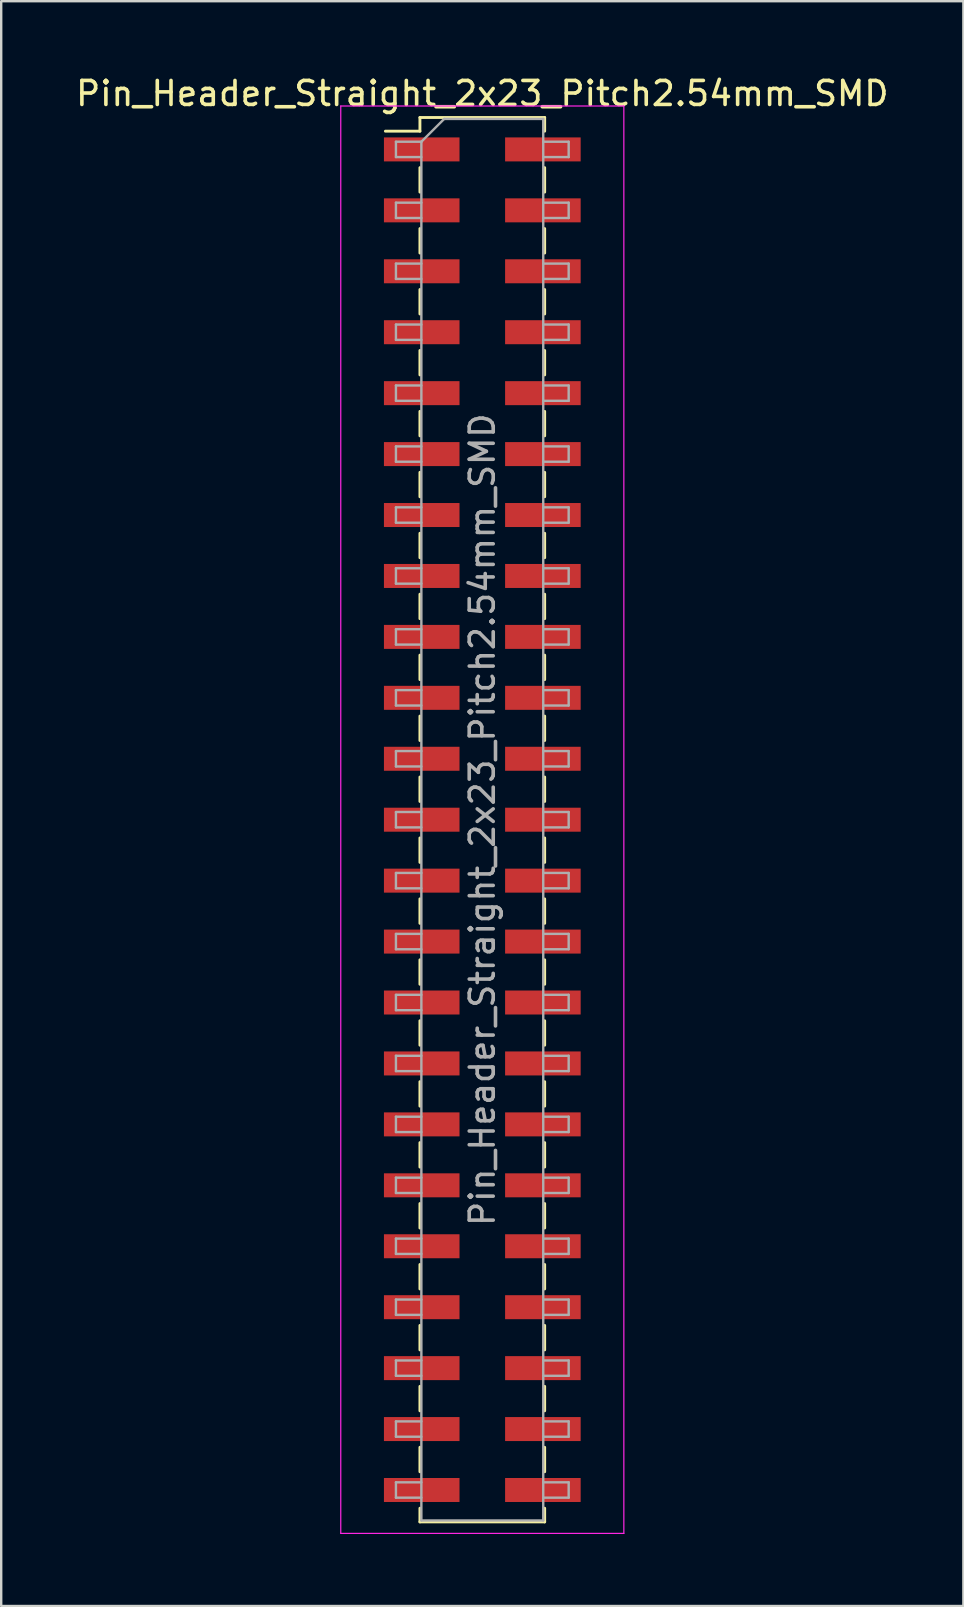
<source format=kicad_pcb>
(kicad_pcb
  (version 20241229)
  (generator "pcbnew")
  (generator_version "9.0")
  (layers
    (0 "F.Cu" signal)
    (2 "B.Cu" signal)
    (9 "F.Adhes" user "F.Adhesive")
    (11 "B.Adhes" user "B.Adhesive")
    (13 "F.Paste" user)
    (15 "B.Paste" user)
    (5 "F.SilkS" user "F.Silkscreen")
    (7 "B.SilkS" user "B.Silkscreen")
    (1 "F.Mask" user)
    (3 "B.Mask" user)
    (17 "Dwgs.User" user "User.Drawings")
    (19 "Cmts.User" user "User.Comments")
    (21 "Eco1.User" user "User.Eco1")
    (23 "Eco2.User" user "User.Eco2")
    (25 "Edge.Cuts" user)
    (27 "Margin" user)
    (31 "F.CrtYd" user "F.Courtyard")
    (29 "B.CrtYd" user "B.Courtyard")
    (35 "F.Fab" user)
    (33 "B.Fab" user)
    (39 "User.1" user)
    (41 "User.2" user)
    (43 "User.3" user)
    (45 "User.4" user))
  (footprint "Pin_Header_Straight_2x23_Pitch2.54mm_SMD"
    (layer "F.Cu")
    (at 17.054 31.118)
    (property "Reference" "Pin_Header_Straight_2x23_Pitch2.54mm_SMD" (at 0 -30.27 0) (layer "F.SilkS") (effects (font (size 1 1) (thickness 0.15))))
    (attr smd)
    (fp_line (start -4.04 -28.7) (end -2.6 -28.7) (stroke (width 0.12) (type solid)) (layer "F.SilkS"))
    (fp_line (start -2.6 -29.27) (end -2.6 -28.7) (stroke (width 0.12) (type solid)) (layer "F.SilkS"))
    (fp_line (start -2.6 -29.27) (end 2.6 -29.27) (stroke (width 0.12) (type solid)) (layer "F.SilkS"))
    (fp_line (start -2.6 -27.18) (end -2.6 -26.16) (stroke (width 0.12) (type solid)) (layer "F.SilkS"))
    (fp_line (start -2.6 -24.64) (end -2.6 -23.62) (stroke (width 0.12) (type solid)) (layer "F.SilkS"))
    (fp_line (start -2.6 -22.1) (end -2.6 -21.08) (stroke (width 0.12) (type solid)) (layer "F.SilkS"))
    (fp_line (start -2.6 -19.56) (end -2.6 -18.54) (stroke (width 0.12) (type solid)) (layer "F.SilkS"))
    (fp_line (start -2.6 -17.02) (end -2.6 -16) (stroke (width 0.12) (type solid)) (layer "F.SilkS"))
    (fp_line (start -2.6 -14.48) (end -2.6 -13.46) (stroke (width 0.12) (type solid)) (layer "F.SilkS"))
    (fp_line (start -2.6 -11.94) (end -2.6 -10.92) (stroke (width 0.12) (type solid)) (layer "F.SilkS"))
    (fp_line (start -2.6 -9.4) (end -2.6 -8.38) (stroke (width 0.12) (type solid)) (layer "F.SilkS"))
    (fp_line (start -2.6 -6.86) (end -2.6 -5.84) (stroke (width 0.12) (type solid)) (layer "F.SilkS"))
    (fp_line (start -2.6 -4.32) (end -2.6 -3.3) (stroke (width 0.12) (type solid)) (layer "F.SilkS"))
    (fp_line (start -2.6 -1.78) (end -2.6 -0.76) (stroke (width 0.12) (type solid)) (layer "F.SilkS"))
    (fp_line (start -2.6 0.76) (end -2.6 1.78) (stroke (width 0.12) (type solid)) (layer "F.SilkS"))
    (fp_line (start -2.6 3.3) (end -2.6 4.32) (stroke (width 0.12) (type solid)) (layer "F.SilkS"))
    (fp_line (start -2.6 5.84) (end -2.6 6.86) (stroke (width 0.12) (type solid)) (layer "F.SilkS"))
    (fp_line (start -2.6 8.38) (end -2.6 9.4) (stroke (width 0.12) (type solid)) (layer "F.SilkS"))
    (fp_line (start -2.6 10.92) (end -2.6 11.94) (stroke (width 0.12) (type solid)) (layer "F.SilkS"))
    (fp_line (start -2.6 13.46) (end -2.6 14.48) (stroke (width 0.12) (type solid)) (layer "F.SilkS"))
    (fp_line (start -2.6 16) (end -2.6 17.02) (stroke (width 0.12) (type solid)) (layer "F.SilkS"))
    (fp_line (start -2.6 18.54) (end -2.6 19.56) (stroke (width 0.12) (type solid)) (layer "F.SilkS"))
    (fp_line (start -2.6 21.08) (end -2.6 22.1) (stroke (width 0.12) (type solid)) (layer "F.SilkS"))
    (fp_line (start -2.6 23.62) (end -2.6 24.64) (stroke (width 0.12) (type solid)) (layer "F.SilkS"))
    (fp_line (start -2.6 26.16) (end -2.6 27.18) (stroke (width 0.12) (type solid)) (layer "F.SilkS"))
    (fp_line (start -2.6 28.7) (end -2.6 29.27) (stroke (width 0.12) (type solid)) (layer "F.SilkS"))
    (fp_line (start -2.6 29.27) (end 2.6 29.27) (stroke (width 0.12) (type solid)) (layer "F.SilkS"))
    (fp_line (start 2.6 -29.27) (end 2.6 -28.7) (stroke (width 0.12) (type solid)) (layer "F.SilkS"))
    (fp_line (start 2.6 -27.18) (end 2.6 -26.16) (stroke (width 0.12) (type solid)) (layer "F.SilkS"))
    (fp_line (start 2.6 -24.64) (end 2.6 -23.62) (stroke (width 0.12) (type solid)) (layer "F.SilkS"))
    (fp_line (start 2.6 -22.1) (end 2.6 -21.08) (stroke (width 0.12) (type solid)) (layer "F.SilkS"))
    (fp_line (start 2.6 -19.56) (end 2.6 -18.54) (stroke (width 0.12) (type solid)) (layer "F.SilkS"))
    (fp_line (start 2.6 -17.02) (end 2.6 -16) (stroke (width 0.12) (type solid)) (layer "F.SilkS"))
    (fp_line (start 2.6 -14.48) (end 2.6 -13.46) (stroke (width 0.12) (type solid)) (layer "F.SilkS"))
    (fp_line (start 2.6 -11.94) (end 2.6 -10.92) (stroke (width 0.12) (type solid)) (layer "F.SilkS"))
    (fp_line (start 2.6 -9.4) (end 2.6 -8.38) (stroke (width 0.12) (type solid)) (layer "F.SilkS"))
    (fp_line (start 2.6 -6.86) (end 2.6 -5.84) (stroke (width 0.12) (type solid)) (layer "F.SilkS"))
    (fp_line (start 2.6 -4.32) (end 2.6 -3.3) (stroke (width 0.12) (type solid)) (layer "F.SilkS"))
    (fp_line (start 2.6 -1.78) (end 2.6 -0.76) (stroke (width 0.12) (type solid)) (layer "F.SilkS"))
    (fp_line (start 2.6 0.76) (end 2.6 1.78) (stroke (width 0.12) (type solid)) (layer "F.SilkS"))
    (fp_line (start 2.6 3.3) (end 2.6 4.32) (stroke (width 0.12) (type solid)) (layer "F.SilkS"))
    (fp_line (start 2.6 5.84) (end 2.6 6.86) (stroke (width 0.12) (type solid)) (layer "F.SilkS"))
    (fp_line (start 2.6 8.38) (end 2.6 9.4) (stroke (width 0.12) (type solid)) (layer "F.SilkS"))
    (fp_line (start 2.6 10.92) (end 2.6 11.94) (stroke (width 0.12) (type solid)) (layer "F.SilkS"))
    (fp_line (start 2.6 13.46) (end 2.6 14.48) (stroke (width 0.12) (type solid)) (layer "F.SilkS"))
    (fp_line (start 2.6 16) (end 2.6 17.02) (stroke (width 0.12) (type solid)) (layer "F.SilkS"))
    (fp_line (start 2.6 18.54) (end 2.6 19.56) (stroke (width 0.12) (type solid)) (layer "F.SilkS"))
    (fp_line (start 2.6 21.08) (end 2.6 22.1) (stroke (width 0.12) (type solid)) (layer "F.SilkS"))
    (fp_line (start 2.6 23.62) (end 2.6 24.64) (stroke (width 0.12) (type solid)) (layer "F.SilkS"))
    (fp_line (start 2.6 26.16) (end 2.6 27.18) (stroke (width 0.12) (type solid)) (layer "F.SilkS"))
    (fp_line (start 2.6 28.7) (end 2.6 29.27) (stroke (width 0.12) (type solid)) (layer "F.SilkS"))
    (fp_line (start -5.9 -29.75) (end -5.9 29.75) (stroke (width 0.05) (type solid)) (layer "F.CrtYd"))
    (fp_line (start -5.9 29.75) (end 5.9 29.75) (stroke (width 0.05) (type solid)) (layer "F.CrtYd"))
    (fp_line (start 5.9 -29.75) (end -5.9 -29.75) (stroke (width 0.05) (type solid)) (layer "F.CrtYd"))
    (fp_line (start 5.9 29.75) (end 5.9 -29.75) (stroke (width 0.05) (type solid)) (layer "F.CrtYd"))
    (fp_line (start -3.6 -28.26) (end -3.6 -27.62) (stroke (width 0.1) (type solid)) (layer "F.Fab"))
    (fp_line (start -3.6 -27.62) (end -2.54 -27.62) (stroke (width 0.1) (type solid)) (layer "F.Fab"))
    (fp_line (start -3.6 -25.72) (end -3.6 -25.08) (stroke (width 0.1) (type solid)) (layer "F.Fab"))
    (fp_line (start -3.6 -25.08) (end -2.54 -25.08) (stroke (width 0.1) (type solid)) (layer "F.Fab"))
    (fp_line (start -3.6 -23.18) (end -3.6 -22.54) (stroke (width 0.1) (type solid)) (layer "F.Fab"))
    (fp_line (start -3.6 -22.54) (end -2.54 -22.54) (stroke (width 0.1) (type solid)) (layer "F.Fab"))
    (fp_line (start -3.6 -20.64) (end -3.6 -20) (stroke (width 0.1) (type solid)) (layer "F.Fab"))
    (fp_line (start -3.6 -20) (end -2.54 -20) (stroke (width 0.1) (type solid)) (layer "F.Fab"))
    (fp_line (start -3.6 -18.1) (end -3.6 -17.46) (stroke (width 0.1) (type solid)) (layer "F.Fab"))
    (fp_line (start -3.6 -17.46) (end -2.54 -17.46) (stroke (width 0.1) (type solid)) (layer "F.Fab"))
    (fp_line (start -3.6 -15.56) (end -3.6 -14.92) (stroke (width 0.1) (type solid)) (layer "F.Fab"))
    (fp_line (start -3.6 -14.92) (end -2.54 -14.92) (stroke (width 0.1) (type solid)) (layer "F.Fab"))
    (fp_line (start -3.6 -13.02) (end -3.6 -12.38) (stroke (width 0.1) (type solid)) (layer "F.Fab"))
    (fp_line (start -3.6 -12.38) (end -2.54 -12.38) (stroke (width 0.1) (type solid)) (layer "F.Fab"))
    (fp_line (start -3.6 -10.48) (end -3.6 -9.84) (stroke (width 0.1) (type solid)) (layer "F.Fab"))
    (fp_line (start -3.6 -9.84) (end -2.54 -9.84) (stroke (width 0.1) (type solid)) (layer "F.Fab"))
    (fp_line (start -3.6 -7.94) (end -3.6 -7.3) (stroke (width 0.1) (type solid)) (layer "F.Fab"))
    (fp_line (start -3.6 -7.3) (end -2.54 -7.3) (stroke (width 0.1) (type solid)) (layer "F.Fab"))
    (fp_line (start -3.6 -5.4) (end -3.6 -4.76) (stroke (width 0.1) (type solid)) (layer "F.Fab"))
    (fp_line (start -3.6 -4.76) (end -2.54 -4.76) (stroke (width 0.1) (type solid)) (layer "F.Fab"))
    (fp_line (start -3.6 -2.86) (end -3.6 -2.22) (stroke (width 0.1) (type solid)) (layer "F.Fab"))
    (fp_line (start -3.6 -2.22) (end -2.54 -2.22) (stroke (width 0.1) (type solid)) (layer "F.Fab"))
    (fp_line (start -3.6 -0.32) (end -3.6 0.32) (stroke (width 0.1) (type solid)) (layer "F.Fab"))
    (fp_line (start -3.6 0.32) (end -2.54 0.32) (stroke (width 0.1) (type solid)) (layer "F.Fab"))
    (fp_line (start -3.6 2.22) (end -3.6 2.86) (stroke (width 0.1) (type solid)) (layer "F.Fab"))
    (fp_line (start -3.6 2.86) (end -2.54 2.86) (stroke (width 0.1) (type solid)) (layer "F.Fab"))
    (fp_line (start -3.6 4.76) (end -3.6 5.4) (stroke (width 0.1) (type solid)) (layer "F.Fab"))
    (fp_line (start -3.6 5.4) (end -2.54 5.4) (stroke (width 0.1) (type solid)) (layer "F.Fab"))
    (fp_line (start -3.6 7.3) (end -3.6 7.94) (stroke (width 0.1) (type solid)) (layer "F.Fab"))
    (fp_line (start -3.6 7.94) (end -2.54 7.94) (stroke (width 0.1) (type solid)) (layer "F.Fab"))
    (fp_line (start -3.6 9.84) (end -3.6 10.48) (stroke (width 0.1) (type solid)) (layer "F.Fab"))
    (fp_line (start -3.6 10.48) (end -2.54 10.48) (stroke (width 0.1) (type solid)) (layer "F.Fab"))
    (fp_line (start -3.6 12.38) (end -3.6 13.02) (stroke (width 0.1) (type solid)) (layer "F.Fab"))
    (fp_line (start -3.6 13.02) (end -2.54 13.02) (stroke (width 0.1) (type solid)) (layer "F.Fab"))
    (fp_line (start -3.6 14.92) (end -3.6 15.56) (stroke (width 0.1) (type solid)) (layer "F.Fab"))
    (fp_line (start -3.6 15.56) (end -2.54 15.56) (stroke (width 0.1) (type solid)) (layer "F.Fab"))
    (fp_line (start -3.6 17.46) (end -3.6 18.1) (stroke (width 0.1) (type solid)) (layer "F.Fab"))
    (fp_line (start -3.6 18.1) (end -2.54 18.1) (stroke (width 0.1) (type solid)) (layer "F.Fab"))
    (fp_line (start -3.6 20) (end -3.6 20.64) (stroke (width 0.1) (type solid)) (layer "F.Fab"))
    (fp_line (start -3.6 20.64) (end -2.54 20.64) (stroke (width 0.1) (type solid)) (layer "F.Fab"))
    (fp_line (start -3.6 22.54) (end -3.6 23.18) (stroke (width 0.1) (type solid)) (layer "F.Fab"))
    (fp_line (start -3.6 23.18) (end -2.54 23.18) (stroke (width 0.1) (type solid)) (layer "F.Fab"))
    (fp_line (start -3.6 25.08) (end -3.6 25.72) (stroke (width 0.1) (type solid)) (layer "F.Fab"))
    (fp_line (start -3.6 25.72) (end -2.54 25.72) (stroke (width 0.1) (type solid)) (layer "F.Fab"))
    (fp_line (start -3.6 27.62) (end -3.6 28.26) (stroke (width 0.1) (type solid)) (layer "F.Fab"))
    (fp_line (start -3.6 28.26) (end -2.54 28.26) (stroke (width 0.1) (type solid)) (layer "F.Fab"))
    (fp_line (start -2.54 -28.26) (end -3.6 -28.26) (stroke (width 0.1) (type solid)) (layer "F.Fab"))
    (fp_line (start -2.54 -28.26) (end -1.59 -29.21) (stroke (width 0.1) (type solid)) (layer "F.Fab"))
    (fp_line (start -2.54 -25.72) (end -3.6 -25.72) (stroke (width 0.1) (type solid)) (layer "F.Fab"))
    (fp_line (start -2.54 -23.18) (end -3.6 -23.18) (stroke (width 0.1) (type solid)) (layer "F.Fab"))
    (fp_line (start -2.54 -20.64) (end -3.6 -20.64) (stroke (width 0.1) (type solid)) (layer "F.Fab"))
    (fp_line (start -2.54 -18.1) (end -3.6 -18.1) (stroke (width 0.1) (type solid)) (layer "F.Fab"))
    (fp_line (start -2.54 -15.56) (end -3.6 -15.56) (stroke (width 0.1) (type solid)) (layer "F.Fab"))
    (fp_line (start -2.54 -13.02) (end -3.6 -13.02) (stroke (width 0.1) (type solid)) (layer "F.Fab"))
    (fp_line (start -2.54 -10.48) (end -3.6 -10.48) (stroke (width 0.1) (type solid)) (layer "F.Fab"))
    (fp_line (start -2.54 -7.94) (end -3.6 -7.94) (stroke (width 0.1) (type solid)) (layer "F.Fab"))
    (fp_line (start -2.54 -5.4) (end -3.6 -5.4) (stroke (width 0.1) (type solid)) (layer "F.Fab"))
    (fp_line (start -2.54 -2.86) (end -3.6 -2.86) (stroke (width 0.1) (type solid)) (layer "F.Fab"))
    (fp_line (start -2.54 -0.32) (end -3.6 -0.32) (stroke (width 0.1) (type solid)) (layer "F.Fab"))
    (fp_line (start -2.54 2.22) (end -3.6 2.22) (stroke (width 0.1) (type solid)) (layer "F.Fab"))
    (fp_line (start -2.54 4.76) (end -3.6 4.76) (stroke (width 0.1) (type solid)) (layer "F.Fab"))
    (fp_line (start -2.54 7.3) (end -3.6 7.3) (stroke (width 0.1) (type solid)) (layer "F.Fab"))
    (fp_line (start -2.54 9.84) (end -3.6 9.84) (stroke (width 0.1) (type solid)) (layer "F.Fab"))
    (fp_line (start -2.54 12.38) (end -3.6 12.38) (stroke (width 0.1) (type solid)) (layer "F.Fab"))
    (fp_line (start -2.54 14.92) (end -3.6 14.92) (stroke (width 0.1) (type solid)) (layer "F.Fab"))
    (fp_line (start -2.54 17.46) (end -3.6 17.46) (stroke (width 0.1) (type solid)) (layer "F.Fab"))
    (fp_line (start -2.54 20) (end -3.6 20) (stroke (width 0.1) (type solid)) (layer "F.Fab"))
    (fp_line (start -2.54 22.54) (end -3.6 22.54) (stroke (width 0.1) (type solid)) (layer "F.Fab"))
    (fp_line (start -2.54 25.08) (end -3.6 25.08) (stroke (width 0.1) (type solid)) (layer "F.Fab"))
    (fp_line (start -2.54 27.62) (end -3.6 27.62) (stroke (width 0.1) (type solid)) (layer "F.Fab"))
    (fp_line (start -2.54 29.21) (end -2.54 -28.26) (stroke (width 0.1) (type solid)) (layer "F.Fab"))
    (fp_line (start -1.59 -29.21) (end 2.54 -29.21) (stroke (width 0.1) (type solid)) (layer "F.Fab"))
    (fp_line (start 2.54 -29.21) (end 2.54 29.21) (stroke (width 0.1) (type solid)) (layer "F.Fab"))
    (fp_line (start 2.54 -28.26) (end 3.6 -28.26) (stroke (width 0.1) (type solid)) (layer "F.Fab"))
    (fp_line (start 2.54 -25.72) (end 3.6 -25.72) (stroke (width 0.1) (type solid)) (layer "F.Fab"))
    (fp_line (start 2.54 -23.18) (end 3.6 -23.18) (stroke (width 0.1) (type solid)) (layer "F.Fab"))
    (fp_line (start 2.54 -20.64) (end 3.6 -20.64) (stroke (width 0.1) (type solid)) (layer "F.Fab"))
    (fp_line (start 2.54 -18.1) (end 3.6 -18.1) (stroke (width 0.1) (type solid)) (layer "F.Fab"))
    (fp_line (start 2.54 -15.56) (end 3.6 -15.56) (stroke (width 0.1) (type solid)) (layer "F.Fab"))
    (fp_line (start 2.54 -13.02) (end 3.6 -13.02) (stroke (width 0.1) (type solid)) (layer "F.Fab"))
    (fp_line (start 2.54 -10.48) (end 3.6 -10.48) (stroke (width 0.1) (type solid)) (layer "F.Fab"))
    (fp_line (start 2.54 -7.94) (end 3.6 -7.94) (stroke (width 0.1) (type solid)) (layer "F.Fab"))
    (fp_line (start 2.54 -5.4) (end 3.6 -5.4) (stroke (width 0.1) (type solid)) (layer "F.Fab"))
    (fp_line (start 2.54 -2.86) (end 3.6 -2.86) (stroke (width 0.1) (type solid)) (layer "F.Fab"))
    (fp_line (start 2.54 -0.32) (end 3.6 -0.32) (stroke (width 0.1) (type solid)) (layer "F.Fab"))
    (fp_line (start 2.54 2.22) (end 3.6 2.22) (stroke (width 0.1) (type solid)) (layer "F.Fab"))
    (fp_line (start 2.54 4.76) (end 3.6 4.76) (stroke (width 0.1) (type solid)) (layer "F.Fab"))
    (fp_line (start 2.54 7.3) (end 3.6 7.3) (stroke (width 0.1) (type solid)) (layer "F.Fab"))
    (fp_line (start 2.54 9.84) (end 3.6 9.84) (stroke (width 0.1) (type solid)) (layer "F.Fab"))
    (fp_line (start 2.54 12.38) (end 3.6 12.38) (stroke (width 0.1) (type solid)) (layer "F.Fab"))
    (fp_line (start 2.54 14.92) (end 3.6 14.92) (stroke (width 0.1) (type solid)) (layer "F.Fab"))
    (fp_line (start 2.54 17.46) (end 3.6 17.46) (stroke (width 0.1) (type solid)) (layer "F.Fab"))
    (fp_line (start 2.54 20) (end 3.6 20) (stroke (width 0.1) (type solid)) (layer "F.Fab"))
    (fp_line (start 2.54 22.54) (end 3.6 22.54) (stroke (width 0.1) (type solid)) (layer "F.Fab"))
    (fp_line (start 2.54 25.08) (end 3.6 25.08) (stroke (width 0.1) (type solid)) (layer "F.Fab"))
    (fp_line (start 2.54 27.62) (end 3.6 27.62) (stroke (width 0.1) (type solid)) (layer "F.Fab"))
    (fp_line (start 2.54 29.21) (end -2.54 29.21) (stroke (width 0.1) (type solid)) (layer "F.Fab"))
    (fp_line (start 3.6 -28.26) (end 3.6 -27.62) (stroke (width 0.1) (type solid)) (layer "F.Fab"))
    (fp_line (start 3.6 -27.62) (end 2.54 -27.62) (stroke (width 0.1) (type solid)) (layer "F.Fab"))
    (fp_line (start 3.6 -25.72) (end 3.6 -25.08) (stroke (width 0.1) (type solid)) (layer "F.Fab"))
    (fp_line (start 3.6 -25.08) (end 2.54 -25.08) (stroke (width 0.1) (type solid)) (layer "F.Fab"))
    (fp_line (start 3.6 -23.18) (end 3.6 -22.54) (stroke (width 0.1) (type solid)) (layer "F.Fab"))
    (fp_line (start 3.6 -22.54) (end 2.54 -22.54) (stroke (width 0.1) (type solid)) (layer "F.Fab"))
    (fp_line (start 3.6 -20.64) (end 3.6 -20) (stroke (width 0.1) (type solid)) (layer "F.Fab"))
    (fp_line (start 3.6 -20) (end 2.54 -20) (stroke (width 0.1) (type solid)) (layer "F.Fab"))
    (fp_line (start 3.6 -18.1) (end 3.6 -17.46) (stroke (width 0.1) (type solid)) (layer "F.Fab"))
    (fp_line (start 3.6 -17.46) (end 2.54 -17.46) (stroke (width 0.1) (type solid)) (layer "F.Fab"))
    (fp_line (start 3.6 -15.56) (end 3.6 -14.92) (stroke (width 0.1) (type solid)) (layer "F.Fab"))
    (fp_line (start 3.6 -14.92) (end 2.54 -14.92) (stroke (width 0.1) (type solid)) (layer "F.Fab"))
    (fp_line (start 3.6 -13.02) (end 3.6 -12.38) (stroke (width 0.1) (type solid)) (layer "F.Fab"))
    (fp_line (start 3.6 -12.38) (end 2.54 -12.38) (stroke (width 0.1) (type solid)) (layer "F.Fab"))
    (fp_line (start 3.6 -10.48) (end 3.6 -9.84) (stroke (width 0.1) (type solid)) (layer "F.Fab"))
    (fp_line (start 3.6 -9.84) (end 2.54 -9.84) (stroke (width 0.1) (type solid)) (layer "F.Fab"))
    (fp_line (start 3.6 -7.94) (end 3.6 -7.3) (stroke (width 0.1) (type solid)) (layer "F.Fab"))
    (fp_line (start 3.6 -7.3) (end 2.54 -7.3) (stroke (width 0.1) (type solid)) (layer "F.Fab"))
    (fp_line (start 3.6 -5.4) (end 3.6 -4.76) (stroke (width 0.1) (type solid)) (layer "F.Fab"))
    (fp_line (start 3.6 -4.76) (end 2.54 -4.76) (stroke (width 0.1) (type solid)) (layer "F.Fab"))
    (fp_line (start 3.6 -2.86) (end 3.6 -2.22) (stroke (width 0.1) (type solid)) (layer "F.Fab"))
    (fp_line (start 3.6 -2.22) (end 2.54 -2.22) (stroke (width 0.1) (type solid)) (layer "F.Fab"))
    (fp_line (start 3.6 -0.32) (end 3.6 0.32) (stroke (width 0.1) (type solid)) (layer "F.Fab"))
    (fp_line (start 3.6 0.32) (end 2.54 0.32) (stroke (width 0.1) (type solid)) (layer "F.Fab"))
    (fp_line (start 3.6 2.22) (end 3.6 2.86) (stroke (width 0.1) (type solid)) (layer "F.Fab"))
    (fp_line (start 3.6 2.86) (end 2.54 2.86) (stroke (width 0.1) (type solid)) (layer "F.Fab"))
    (fp_line (start 3.6 4.76) (end 3.6 5.4) (stroke (width 0.1) (type solid)) (layer "F.Fab"))
    (fp_line (start 3.6 5.4) (end 2.54 5.4) (stroke (width 0.1) (type solid)) (layer "F.Fab"))
    (fp_line (start 3.6 7.3) (end 3.6 7.94) (stroke (width 0.1) (type solid)) (layer "F.Fab"))
    (fp_line (start 3.6 7.94) (end 2.54 7.94) (stroke (width 0.1) (type solid)) (layer "F.Fab"))
    (fp_line (start 3.6 9.84) (end 3.6 10.48) (stroke (width 0.1) (type solid)) (layer "F.Fab"))
    (fp_line (start 3.6 10.48) (end 2.54 10.48) (stroke (width 0.1) (type solid)) (layer "F.Fab"))
    (fp_line (start 3.6 12.38) (end 3.6 13.02) (stroke (width 0.1) (type solid)) (layer "F.Fab"))
    (fp_line (start 3.6 13.02) (end 2.54 13.02) (stroke (width 0.1) (type solid)) (layer "F.Fab"))
    (fp_line (start 3.6 14.92) (end 3.6 15.56) (stroke (width 0.1) (type solid)) (layer "F.Fab"))
    (fp_line (start 3.6 15.56) (end 2.54 15.56) (stroke (width 0.1) (type solid)) (layer "F.Fab"))
    (fp_line (start 3.6 17.46) (end 3.6 18.1) (stroke (width 0.1) (type solid)) (layer "F.Fab"))
    (fp_line (start 3.6 18.1) (end 2.54 18.1) (stroke (width 0.1) (type solid)) (layer "F.Fab"))
    (fp_line (start 3.6 20) (end 3.6 20.64) (stroke (width 0.1) (type solid)) (layer "F.Fab"))
    (fp_line (start 3.6 20.64) (end 2.54 20.64) (stroke (width 0.1) (type solid)) (layer "F.Fab"))
    (fp_line (start 3.6 22.54) (end 3.6 23.18) (stroke (width 0.1) (type solid)) (layer "F.Fab"))
    (fp_line (start 3.6 23.18) (end 2.54 23.18) (stroke (width 0.1) (type solid)) (layer "F.Fab"))
    (fp_line (start 3.6 25.08) (end 3.6 25.72) (stroke (width 0.1) (type solid)) (layer "F.Fab"))
    (fp_line (start 3.6 25.72) (end 2.54 25.72) (stroke (width 0.1) (type solid)) (layer "F.Fab"))
    (fp_line (start 3.6 27.62) (end 3.6 28.26) (stroke (width 0.1) (type solid)) (layer "F.Fab"))
    (fp_line (start 3.6 28.26) (end 2.54 28.26) (stroke (width 0.1) (type solid)) (layer "F.Fab"))
    (fp_text user "${REFERENCE}" (at 0 0 90) (layer "F.Fab") (effects (font (size 1 1) (thickness 0.15))))
    (pad "1" smd rect (at -2.525 -27.94) (size 3.15 1) (layers "F.Cu" "F.Mask" "F.Paste"))
    (pad "2" smd rect (at 2.525 -27.94) (size 3.15 1) (layers "F.Cu" "F.Mask" "F.Paste"))
    (pad "3" smd rect (at -2.525 -25.4) (size 3.15 1) (layers "F.Cu" "F.Mask" "F.Paste"))
    (pad "4" smd rect (at 2.525 -25.4) (size 3.15 1) (layers "F.Cu" "F.Mask" "F.Paste"))
    (pad "5" smd rect (at -2.525 -22.86) (size 3.15 1) (layers "F.Cu" "F.Mask" "F.Paste"))
    (pad "6" smd rect (at 2.525 -22.86) (size 3.15 1) (layers "F.Cu" "F.Mask" "F.Paste"))
    (pad "7" smd rect (at -2.525 -20.32) (size 3.15 1) (layers "F.Cu" "F.Mask" "F.Paste"))
    (pad "8" smd rect (at 2.525 -20.32) (size 3.15 1) (layers "F.Cu" "F.Mask" "F.Paste"))
    (pad "9" smd rect (at -2.525 -17.78) (size 3.15 1) (layers "F.Cu" "F.Mask" "F.Paste"))
    (pad "10" smd rect (at 2.525 -17.78) (size 3.15 1) (layers "F.Cu" "F.Mask" "F.Paste"))
    (pad "11" smd rect (at -2.525 -15.24) (size 3.15 1) (layers "F.Cu" "F.Mask" "F.Paste"))
    (pad "12" smd rect (at 2.525 -15.24) (size 3.15 1) (layers "F.Cu" "F.Mask" "F.Paste"))
    (pad "13" smd rect (at -2.525 -12.7) (size 3.15 1) (layers "F.Cu" "F.Mask" "F.Paste"))
    (pad "14" smd rect (at 2.525 -12.7) (size 3.15 1) (layers "F.Cu" "F.Mask" "F.Paste"))
    (pad "15" smd rect (at -2.525 -10.16) (size 3.15 1) (layers "F.Cu" "F.Mask" "F.Paste"))
    (pad "16" smd rect (at 2.525 -10.16) (size 3.15 1) (layers "F.Cu" "F.Mask" "F.Paste"))
    (pad "17" smd rect (at -2.525 -7.62) (size 3.15 1) (layers "F.Cu" "F.Mask" "F.Paste"))
    (pad "18" smd rect (at 2.525 -7.62) (size 3.15 1) (layers "F.Cu" "F.Mask" "F.Paste"))
    (pad "19" smd rect (at -2.525 -5.08) (size 3.15 1) (layers "F.Cu" "F.Mask" "F.Paste"))
    (pad "20" smd rect (at 2.525 -5.08) (size 3.15 1) (layers "F.Cu" "F.Mask" "F.Paste"))
    (pad "21" smd rect (at -2.525 -2.54) (size 3.15 1) (layers "F.Cu" "F.Mask" "F.Paste"))
    (pad "22" smd rect (at 2.525 -2.54) (size 3.15 1) (layers "F.Cu" "F.Mask" "F.Paste"))
    (pad "23" smd rect (at -2.525 0) (size 3.15 1) (layers "F.Cu" "F.Mask" "F.Paste"))
    (pad "24" smd rect (at 2.525 0) (size 3.15 1) (layers "F.Cu" "F.Mask" "F.Paste"))
    (pad "25" smd rect (at -2.525 2.54) (size 3.15 1) (layers "F.Cu" "F.Mask" "F.Paste"))
    (pad "26" smd rect (at 2.525 2.54) (size 3.15 1) (layers "F.Cu" "F.Mask" "F.Paste"))
    (pad "27" smd rect (at -2.525 5.08) (size 3.15 1) (layers "F.Cu" "F.Mask" "F.Paste"))
    (pad "28" smd rect (at 2.525 5.08) (size 3.15 1) (layers "F.Cu" "F.Mask" "F.Paste"))
    (pad "29" smd rect (at -2.525 7.62) (size 3.15 1) (layers "F.Cu" "F.Mask" "F.Paste"))
    (pad "30" smd rect (at 2.525 7.62) (size 3.15 1) (layers "F.Cu" "F.Mask" "F.Paste"))
    (pad "31" smd rect (at -2.525 10.16) (size 3.15 1) (layers "F.Cu" "F.Mask" "F.Paste"))
    (pad "32" smd rect (at 2.525 10.16) (size 3.15 1) (layers "F.Cu" "F.Mask" "F.Paste"))
    (pad "33" smd rect (at -2.525 12.7) (size 3.15 1) (layers "F.Cu" "F.Mask" "F.Paste"))
    (pad "34" smd rect (at 2.525 12.7) (size 3.15 1) (layers "F.Cu" "F.Mask" "F.Paste"))
    (pad "35" smd rect (at -2.525 15.24) (size 3.15 1) (layers "F.Cu" "F.Mask" "F.Paste"))
    (pad "36" smd rect (at 2.525 15.24) (size 3.15 1) (layers "F.Cu" "F.Mask" "F.Paste"))
    (pad "37" smd rect (at -2.525 17.78) (size 3.15 1) (layers "F.Cu" "F.Mask" "F.Paste"))
    (pad "38" smd rect (at 2.525 17.78) (size 3.15 1) (layers "F.Cu" "F.Mask" "F.Paste"))
    (pad "39" smd rect (at -2.525 20.32) (size 3.15 1) (layers "F.Cu" "F.Mask" "F.Paste"))
    (pad "40" smd rect (at 2.525 20.32) (size 3.15 1) (layers "F.Cu" "F.Mask" "F.Paste"))
    (pad "41" smd rect (at -2.525 22.86) (size 3.15 1) (layers "F.Cu" "F.Mask" "F.Paste"))
    (pad "42" smd rect (at 2.525 22.86) (size 3.15 1) (layers "F.Cu" "F.Mask" "F.Paste"))
    (pad "43" smd rect (at -2.525 25.4) (size 3.15 1) (layers "F.Cu" "F.Mask" "F.Paste"))
    (pad "44" smd rect (at 2.525 25.4) (size 3.15 1) (layers "F.Cu" "F.Mask" "F.Paste"))
    (pad "45" smd rect (at -2.525 27.94) (size 3.15 1) (layers "F.Cu" "F.Mask" "F.Paste"))
    (pad "46" smd rect (at 2.525 27.94) (size 3.15 1) (layers "F.Cu" "F.Mask" "F.Paste")))
  (gr_rect
    (start -3 -3)
    (end 37.107 63.893)
    (stroke (width 0.1) (type default))
    (fill no)
    (layer "Edge.Cuts")))
</source>
